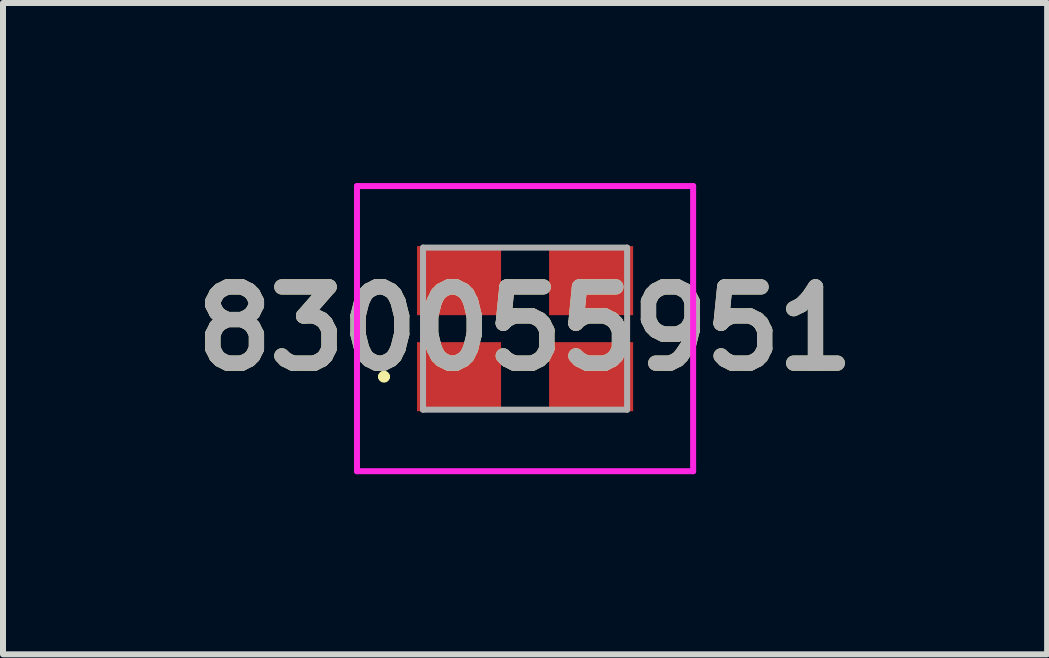
<source format=kicad_pcb>
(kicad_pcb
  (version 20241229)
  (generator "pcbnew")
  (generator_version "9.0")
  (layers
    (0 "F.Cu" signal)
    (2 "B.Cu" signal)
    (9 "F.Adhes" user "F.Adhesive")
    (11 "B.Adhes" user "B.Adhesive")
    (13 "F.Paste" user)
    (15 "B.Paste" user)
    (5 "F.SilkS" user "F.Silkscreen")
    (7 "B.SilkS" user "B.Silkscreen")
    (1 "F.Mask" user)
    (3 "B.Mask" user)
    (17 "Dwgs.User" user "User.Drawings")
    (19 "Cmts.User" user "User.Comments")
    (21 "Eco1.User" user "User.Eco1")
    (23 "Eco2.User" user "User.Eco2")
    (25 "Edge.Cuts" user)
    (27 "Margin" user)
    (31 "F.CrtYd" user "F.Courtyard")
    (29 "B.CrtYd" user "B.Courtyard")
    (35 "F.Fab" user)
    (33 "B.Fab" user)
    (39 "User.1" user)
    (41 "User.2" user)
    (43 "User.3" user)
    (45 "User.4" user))
  (footprint "830055951"
    (layer "F.Cu")
    (at 5.697 2.425)
    (property "Reference" "830055951" (at 0 0 0) (layer "F.SilkS") (effects (font (size 1.27 1.27) (thickness 0.254))))
    (attr smd)
    (fp_line (start -2.4 0.8) (end -2.4 0.8) (stroke (width 0.1) (type solid)) (layer "F.SilkS"))
    (fp_line (start -2.3 0.8) (end -2.3 0.8) (stroke (width 0.1) (type solid)) (layer "F.SilkS"))
    (fp_arc (start -2.4 0.8) (mid -2.35 0.75) (end -2.3 0.8) (stroke (width 0.1) (type solid)) (layer "F.SilkS"))
    (fp_arc (start -2.3 0.8) (mid -2.35 0.85) (end -2.4 0.8) (stroke (width 0.1) (type solid)) (layer "F.SilkS"))
    (fp_line (start -2.8 -2.375) (end -2.8 2.375) (stroke (width 0.1) (type solid)) (layer "F.CrtYd"))
    (fp_line (start -2.8 2.375) (end 2.8 2.375) (stroke (width 0.1) (type solid)) (layer "F.CrtYd"))
    (fp_line (start 2.8 -2.375) (end -2.8 -2.375) (stroke (width 0.1) (type solid)) (layer "F.CrtYd"))
    (fp_line (start 2.8 2.375) (end 2.8 -2.375) (stroke (width 0.1) (type solid)) (layer "F.CrtYd"))
    (fp_line (start -1.7 -1.35) (end 1.7 -1.35) (stroke (width 0.1) (type solid)) (layer "F.Fab"))
    (fp_line (start -1.7 1.35) (end -1.7 -1.35) (stroke (width 0.1) (type solid)) (layer "F.Fab"))
    (fp_line (start 1.7 -1.35) (end 1.7 1.35) (stroke (width 0.1) (type solid)) (layer "F.Fab"))
    (fp_line (start 1.7 1.35) (end -1.7 1.35) (stroke (width 0.1) (type solid)) (layer "F.Fab"))
    (fp_text user "${REFERENCE}" (at 0 0 0) (layer "F.Fab") (effects (font (size 1.27 1.27) (thickness 0.254))))
    (pad "1" smd rect (at -1.1 0.8 90) (size 1.15 1.4) (layers "F.Cu" "F.Mask" "F.Paste"))
    (pad "2" smd rect (at 1.1 0.8 90) (size 1.15 1.4) (layers "F.Cu" "F.Mask" "F.Paste"))
    (pad "3" smd rect (at 1.1 -0.8 90) (size 1.15 1.4) (layers "F.Cu" "F.Mask" "F.Paste"))
    (pad "4" smd rect (at -1.1 -0.8 90) (size 1.15 1.4) (layers "F.Cu" "F.Mask" "F.Paste")))
  (gr_rect
    (start -3 -3)
    (end 14.394 7.85)
    (stroke (width 0.1) (type default))
    (fill no)
    (layer "Edge.Cuts")))
</source>
